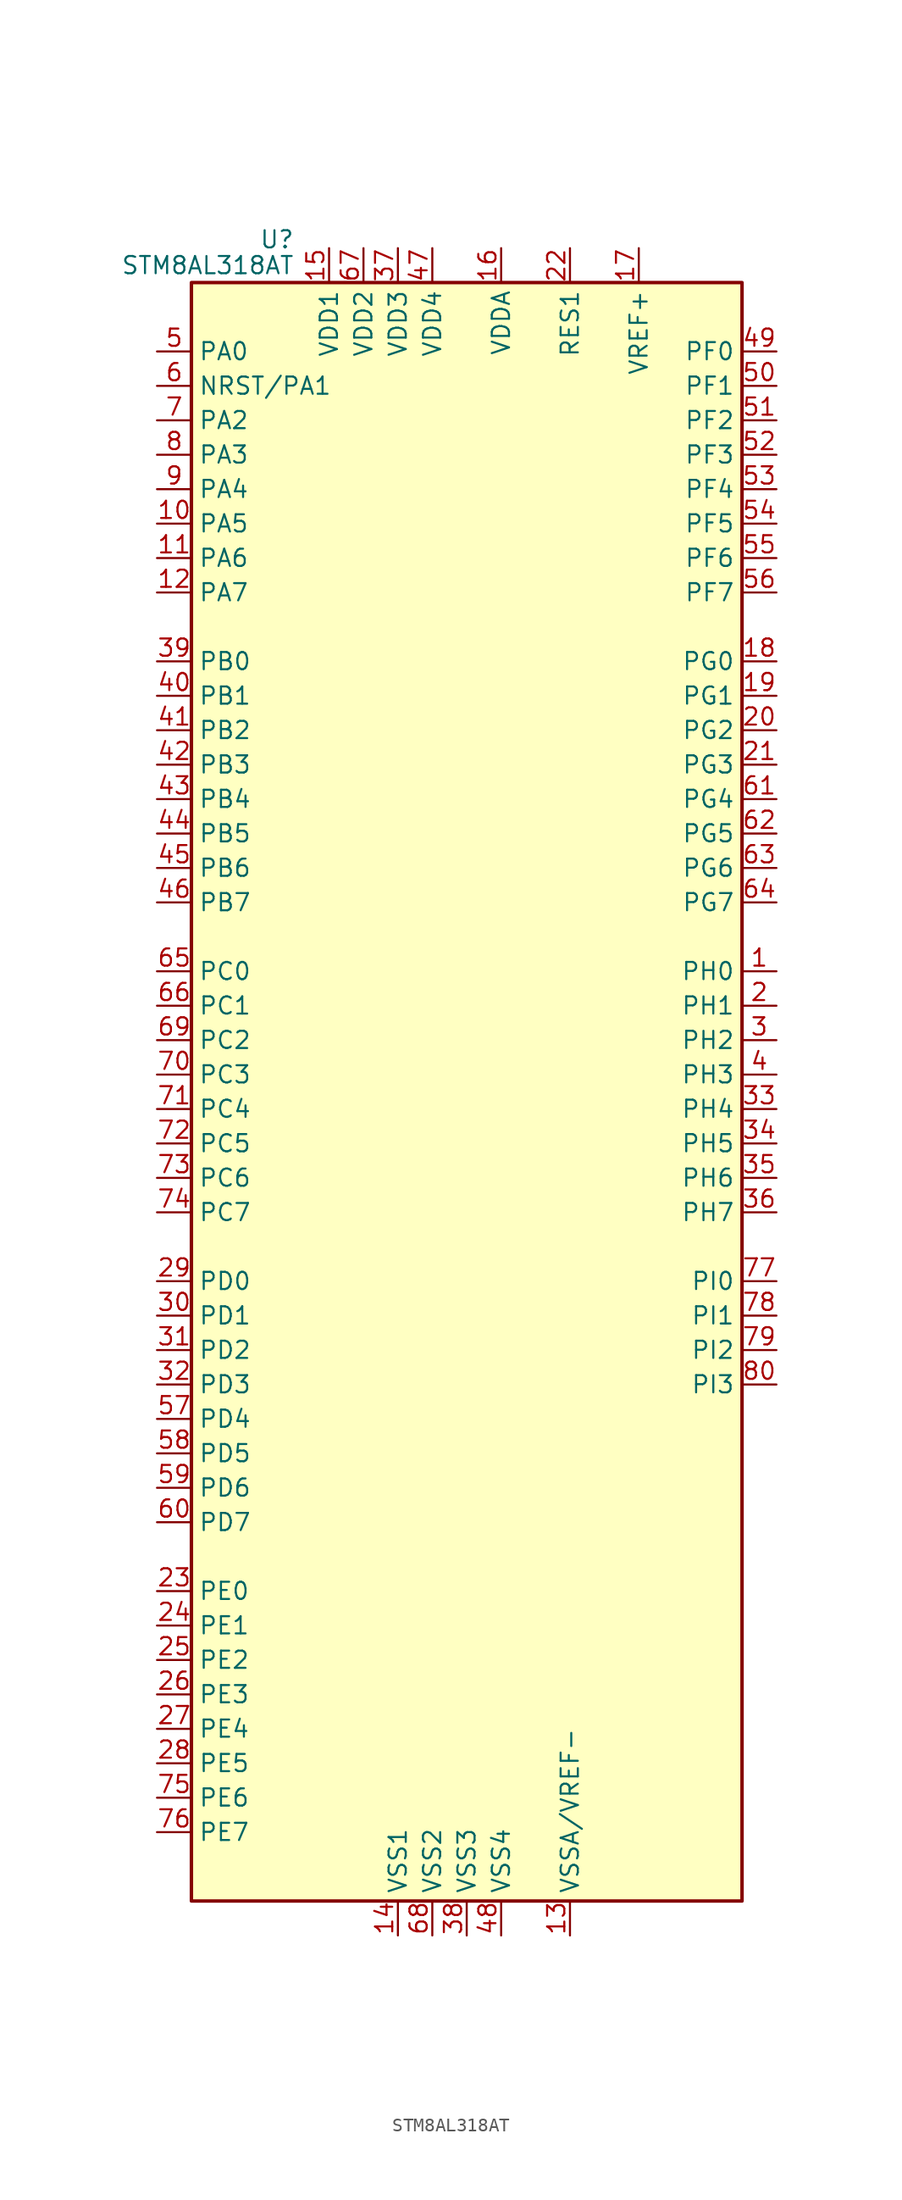
<source format=kicad_sym>
(kicad_symbol_lib
  (version 20241209)
  (generator "kicad_symbol_editor")
  (generator_version "9.0")
  (symbol "STM8AL318AT"
    (property "Reference" "U"
      (at -12.7 61.595 0)
      (effects (font (size 1.27 1.27)) (justify right)))
    (property "Value" "STM8AL318AT"
      (at -12.7 59.69 0)
      (effects (font (size 1.27 1.27)) (justify right)))
    (symbol "STM8AL318AT_0_0"
      (pin bidirectional line (at -22.86 53.34 0) (length 2.54) (name "PA0" (effects (font (size 1.27 1.27)))) (number "5" (effects (font (size 1.27 1.27)))))
      (pin bidirectional line (at -22.86 50.8 0) (length 2.54) (name "NRST/PA1" (effects (font (size 1.27 1.27)))) (number "6" (effects (font (size 1.27 1.27)))))
      (pin bidirectional line (at -22.86 48.26 0) (length 2.54) (name "PA2" (effects (font (size 1.27 1.27)))) (number "7" (effects (font (size 1.27 1.27)))))
      (pin bidirectional line (at -22.86 45.72 0) (length 2.54) (name "PA3" (effects (font (size 1.27 1.27)))) (number "8" (effects (font (size 1.27 1.27)))))
      (pin bidirectional line (at -22.86 43.18 0) (length 2.54) (name "PA4" (effects (font (size 1.27 1.27)))) (number "9" (effects (font (size 1.27 1.27)))))
      (pin bidirectional line (at -22.86 40.64 0) (length 2.54) (name "PA5" (effects (font (size 1.27 1.27)))) (number "10" (effects (font (size 1.27 1.27)))))
      (pin bidirectional line (at -22.86 38.1 0) (length 2.54) (name "PA6" (effects (font (size 1.27 1.27)))) (number "11" (effects (font (size 1.27 1.27)))))
      (pin bidirectional line (at -22.86 35.56 0) (length 2.54) (name "PA7" (effects (font (size 1.27 1.27)))) (number "12" (effects (font (size 1.27 1.27)))))
      (pin bidirectional line (at -22.86 30.48 0) (length 2.54) (name "PB0" (effects (font (size 1.27 1.27)))) (number "39" (effects (font (size 1.27 1.27)))))
      (pin bidirectional line (at -22.86 27.94 0) (length 2.54) (name "PB1" (effects (font (size 1.27 1.27)))) (number "40" (effects (font (size 1.27 1.27)))))
      (pin bidirectional line (at -22.86 25.4 0) (length 2.54) (name "PB2" (effects (font (size 1.27 1.27)))) (number "41" (effects (font (size 1.27 1.27)))))
      (pin bidirectional line (at -22.86 22.86 0) (length 2.54) (name "PB3" (effects (font (size 1.27 1.27)))) (number "42" (effects (font (size 1.27 1.27)))))
      (pin bidirectional line (at -22.86 20.32 0) (length 2.54) (name "PB4" (effects (font (size 1.27 1.27)))) (number "43" (effects (font (size 1.27 1.27)))))
      (pin bidirectional line (at -22.86 17.78 0) (length 2.54) (name "PB5" (effects (font (size 1.27 1.27)))) (number "44" (effects (font (size 1.27 1.27)))))
      (pin bidirectional line (at -22.86 15.24 0) (length 2.54) (name "PB6" (effects (font (size 1.27 1.27)))) (number "45" (effects (font (size 1.27 1.27)))))
      (pin bidirectional line (at -22.86 12.7 0) (length 2.54) (name "PB7" (effects (font (size 1.27 1.27)))) (number "46" (effects (font (size 1.27 1.27)))))
      (pin bidirectional line (at -22.86 7.62 0) (length 2.54) (name "PC0" (effects (font (size 1.27 1.27)))) (number "65" (effects (font (size 1.27 1.27)))))
      (pin bidirectional line (at -22.86 5.08 0) (length 2.54) (name "PC1" (effects (font (size 1.27 1.27)))) (number "66" (effects (font (size 1.27 1.27)))))
      (pin bidirectional line (at -22.86 2.54 0) (length 2.54) (name "PC2" (effects (font (size 1.27 1.27)))) (number "69" (effects (font (size 1.27 1.27)))))
      (pin bidirectional line (at -22.86 0 0) (length 2.54) (name "PC3" (effects (font (size 1.27 1.27)))) (number "70" (effects (font (size 1.27 1.27)))))
      (pin bidirectional line (at -22.86 -2.54 0) (length 2.54) (name "PC4" (effects (font (size 1.27 1.27)))) (number "71" (effects (font (size 1.27 1.27)))))
      (pin bidirectional line (at -22.86 -5.08 0) (length 2.54) (name "PC5" (effects (font (size 1.27 1.27)))) (number "72" (effects (font (size 1.27 1.27)))))
      (pin bidirectional line (at -22.86 -7.62 0) (length 2.54) (name "PC6" (effects (font (size 1.27 1.27)))) (number "73" (effects (font (size 1.27 1.27)))))
      (pin bidirectional line (at -22.86 -10.16 0) (length 2.54) (name "PC7" (effects (font (size 1.27 1.27)))) (number "74" (effects (font (size 1.27 1.27)))))
      (pin bidirectional line (at -22.86 -15.24 0) (length 2.54) (name "PD0" (effects (font (size 1.27 1.27)))) (number "29" (effects (font (size 1.27 1.27)))))
      (pin bidirectional line (at -22.86 -17.78 0) (length 2.54) (name "PD1" (effects (font (size 1.27 1.27)))) (number "30" (effects (font (size 1.27 1.27)))))
      (pin bidirectional line (at -22.86 -20.32 0) (length 2.54) (name "PD2" (effects (font (size 1.27 1.27)))) (number "31" (effects (font (size 1.27 1.27)))))
      (pin bidirectional line (at -22.86 -22.86 0) (length 2.54) (name "PD3" (effects (font (size 1.27 1.27)))) (number "32" (effects (font (size 1.27 1.27)))))
      (pin bidirectional line (at -22.86 -25.4 0) (length 2.54) (name "PD4" (effects (font (size 1.27 1.27)))) (number "57" (effects (font (size 1.27 1.27)))))
      (pin bidirectional line (at -22.86 -27.94 0) (length 2.54) (name "PD5" (effects (font (size 1.27 1.27)))) (number "58" (effects (font (size 1.27 1.27)))))
      (pin bidirectional line (at -22.86 -30.48 0) (length 2.54) (name "PD6" (effects (font (size 1.27 1.27)))) (number "59" (effects (font (size 1.27 1.27)))))
      (pin bidirectional line (at -22.86 -33.02 0) (length 2.54) (name "PD7" (effects (font (size 1.27 1.27)))) (number "60" (effects (font (size 1.27 1.27)))))
      (pin bidirectional line (at -22.86 -38.1 0) (length 2.54) (name "PE0" (effects (font (size 1.27 1.27)))) (number "23" (effects (font (size 1.27 1.27)))))
      (pin bidirectional line (at -22.86 -40.64 0) (length 2.54) (name "PE1" (effects (font (size 1.27 1.27)))) (number "24" (effects (font (size 1.27 1.27)))))
      (pin bidirectional line (at -22.86 -43.18 0) (length 2.54) (name "PE2" (effects (font (size 1.27 1.27)))) (number "25" (effects (font (size 1.27 1.27)))))
      (pin bidirectional line (at -22.86 -45.72 0) (length 2.54) (name "PE3" (effects (font (size 1.27 1.27)))) (number "26" (effects (font (size 1.27 1.27)))))
      (pin bidirectional line (at -22.86 -48.26 0) (length 2.54) (name "PE4" (effects (font (size 1.27 1.27)))) (number "27" (effects (font (size 1.27 1.27)))))
      (pin bidirectional line (at -22.86 -50.8 0) (length 2.54) (name "PE5" (effects (font (size 1.27 1.27)))) (number "28" (effects (font (size 1.27 1.27)))))
      (pin bidirectional line (at -22.86 -53.34 0) (length 2.54) (name "PE6" (effects (font (size 1.27 1.27)))) (number "75" (effects (font (size 1.27 1.27)))))
      (pin bidirectional line (at -22.86 -55.88 0) (length 2.54) (name "PE7" (effects (font (size 1.27 1.27)))) (number "76" (effects (font (size 1.27 1.27)))))
      (pin power_in line (at -10.16 60.96 270) (length 2.54) (name "VDD1" (effects (font (size 1.27 1.27)))) (number "15" (effects (font (size 1.27 1.27)))))
      (pin power_in line (at -7.62 60.96 270) (length 2.54) (name "VDD2" (effects (font (size 1.27 1.27)))) (number "67" (effects (font (size 1.27 1.27)))))
      (pin power_in line (at -5.08 60.96 270) (length 2.54) (name "VDD3" (effects (font (size 1.27 1.27)))) (number "37" (effects (font (size 1.27 1.27)))))
      (pin power_in line (at -5.08 -63.5 90) (length 2.54) (name "VSS1" (effects (font (size 1.27 1.27)))) (number "14" (effects (font (size 1.27 1.27)))))
      (pin power_in line (at -2.54 60.96 270) (length 2.54) (name "VDD4" (effects (font (size 1.27 1.27)))) (number "47" (effects (font (size 1.27 1.27)))))
      (pin power_in line (at -2.54 -63.5 90) (length 2.54) (name "VSS2" (effects (font (size 1.27 1.27)))) (number "68" (effects (font (size 1.27 1.27)))))
      (pin power_in line (at 0 -63.5 90) (length 2.54) (name "VSS3" (effects (font (size 1.27 1.27)))) (number "38" (effects (font (size 1.27 1.27)))))
      (pin power_in line (at 2.54 60.96 270) (length 2.54) (name "VDDA" (effects (font (size 1.27 1.27)))) (number "16" (effects (font (size 1.27 1.27)))))
      (pin power_in line (at 2.54 -63.5 90) (length 2.54) (name "VSS4" (effects (font (size 1.27 1.27)))) (number "48" (effects (font (size 1.27 1.27)))))
      (pin power_in line (at 7.62 60.96 270) (length 2.54) (name "RES1" (effects (font (size 1.27 1.27)))) (number "22" (effects (font (size 1.27 1.27)))))
      (pin power_in line (at 7.62 -63.5 90) (length 2.54) (name "VSSA/VREF-" (effects (font (size 1.27 1.27)))) (number "13" (effects (font (size 1.27 1.27)))))
      (pin power_in line (at 12.7 60.96 270) (length 2.54) (name "VREF+" (effects (font (size 1.27 1.27)))) (number "17" (effects (font (size 1.27 1.27)))))
      (pin bidirectional line (at 22.86 53.34 180) (length 2.54) (name "PF0" (effects (font (size 1.27 1.27)))) (number "49" (effects (font (size 1.27 1.27)))))
      (pin bidirectional line (at 22.86 50.8 180) (length 2.54) (name "PF1" (effects (font (size 1.27 1.27)))) (number "50" (effects (font (size 1.27 1.27)))))
      (pin bidirectional line (at 22.86 48.26 180) (length 2.54) (name "PF2" (effects (font (size 1.27 1.27)))) (number "51" (effects (font (size 1.27 1.27)))))
      (pin bidirectional line (at 22.86 45.72 180) (length 2.54) (name "PF3" (effects (font (size 1.27 1.27)))) (number "52" (effects (font (size 1.27 1.27)))))
      (pin bidirectional line (at 22.86 43.18 180) (length 2.54) (name "PF4" (effects (font (size 1.27 1.27)))) (number "53" (effects (font (size 1.27 1.27)))))
      (pin bidirectional line (at 22.86 40.64 180) (length 2.54) (name "PF5" (effects (font (size 1.27 1.27)))) (number "54" (effects (font (size 1.27 1.27)))))
      (pin bidirectional line (at 22.86 38.1 180) (length 2.54) (name "PF6" (effects (font (size 1.27 1.27)))) (number "55" (effects (font (size 1.27 1.27)))))
      (pin bidirectional line (at 22.86 35.56 180) (length 2.54) (name "PF7" (effects (font (size 1.27 1.27)))) (number "56" (effects (font (size 1.27 1.27)))))
      (pin bidirectional line (at 22.86 30.48 180) (length 2.54) (name "PG0" (effects (font (size 1.27 1.27)))) (number "18" (effects (font (size 1.27 1.27)))))
      (pin bidirectional line (at 22.86 27.94 180) (length 2.54) (name "PG1" (effects (font (size 1.27 1.27)))) (number "19" (effects (font (size 1.27 1.27)))))
      (pin bidirectional line (at 22.86 25.4 180) (length 2.54) (name "PG2" (effects (font (size 1.27 1.27)))) (number "20" (effects (font (size 1.27 1.27)))))
      (pin bidirectional line (at 22.86 22.86 180) (length 2.54) (name "PG3" (effects (font (size 1.27 1.27)))) (number "21" (effects (font (size 1.27 1.27)))))
      (pin bidirectional line (at 22.86 20.32 180) (length 2.54) (name "PG4" (effects (font (size 1.27 1.27)))) (number "61" (effects (font (size 1.27 1.27)))))
      (pin bidirectional line (at 22.86 17.78 180) (length 2.54) (name "PG5" (effects (font (size 1.27 1.27)))) (number "62" (effects (font (size 1.27 1.27)))))
      (pin bidirectional line (at 22.86 15.24 180) (length 2.54) (name "PG6" (effects (font (size 1.27 1.27)))) (number "63" (effects (font (size 1.27 1.27)))))
      (pin bidirectional line (at 22.86 12.7 180) (length 2.54) (name "PG7" (effects (font (size 1.27 1.27)))) (number "64" (effects (font (size 1.27 1.27)))))
      (pin bidirectional line (at 22.86 7.62 180) (length 2.54) (name "PH0" (effects (font (size 1.27 1.27)))) (number "1" (effects (font (size 1.27 1.27)))))
      (pin bidirectional line (at 22.86 5.08 180) (length 2.54) (name "PH1" (effects (font (size 1.27 1.27)))) (number "2" (effects (font (size 1.27 1.27)))))
      (pin bidirectional line (at 22.86 2.54 180) (length 2.54) (name "PH2" (effects (font (size 1.27 1.27)))) (number "3" (effects (font (size 1.27 1.27)))))
      (pin bidirectional line (at 22.86 0 180) (length 2.54) (name "PH3" (effects (font (size 1.27 1.27)))) (number "4" (effects (font (size 1.27 1.27)))))
      (pin bidirectional line (at 22.86 -2.54 180) (length 2.54) (name "PH4" (effects (font (size 1.27 1.27)))) (number "33" (effects (font (size 1.27 1.27)))))
      (pin bidirectional line (at 22.86 -5.08 180) (length 2.54) (name "PH5" (effects (font (size 1.27 1.27)))) (number "34" (effects (font (size 1.27 1.27)))))
      (pin bidirectional line (at 22.86 -7.62 180) (length 2.54) (name "PH6" (effects (font (size 1.27 1.27)))) (number "35" (effects (font (size 1.27 1.27)))))
      (pin bidirectional line (at 22.86 -10.16 180) (length 2.54) (name "PH7" (effects (font (size 1.27 1.27)))) (number "36" (effects (font (size 1.27 1.27)))))
      (pin bidirectional line (at 22.86 -15.24 180) (length 2.54) (name "PI0" (effects (font (size 1.27 1.27)))) (number "77" (effects (font (size 1.27 1.27)))))
      (pin bidirectional line (at 22.86 -17.78 180) (length 2.54) (name "PI1" (effects (font (size 1.27 1.27)))) (number "78" (effects (font (size 1.27 1.27)))))
      (pin bidirectional line (at 22.86 -20.32 180) (length 2.54) (name "PI2" (effects (font (size 1.27 1.27)))) (number "79" (effects (font (size 1.27 1.27)))))
      (pin bidirectional line (at 22.86 -22.86 180) (length 2.54) (name "PI3" (effects (font (size 1.27 1.27)))) (number "80" (effects (font (size 1.27 1.27))))))
    (symbol "STM8AL318AT_0_1"
      (rectangle (start -20.32 58.42) (end 20.32 -60.96) (stroke (width 0.254) (type default)) (fill (type background))))))
</source>
